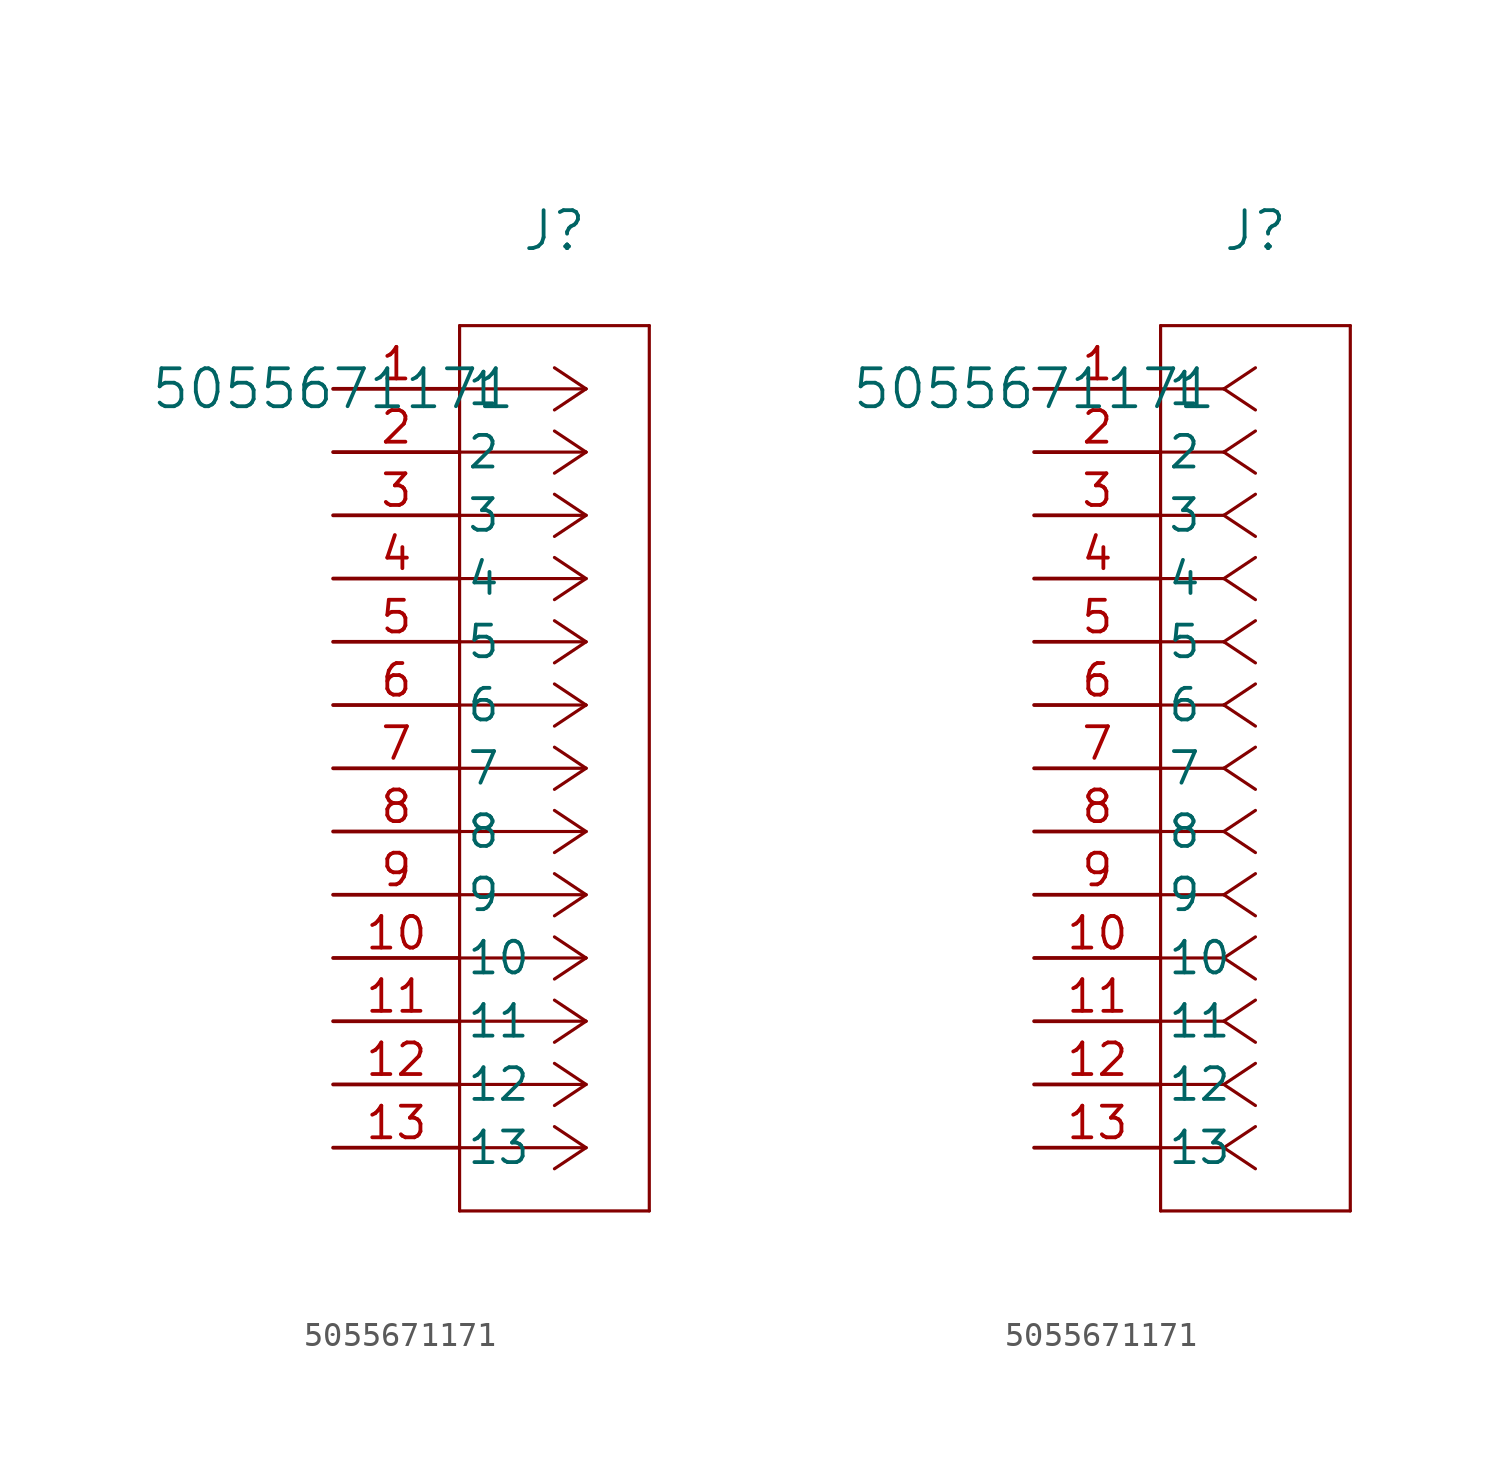
<source format=kicad_sym>
(kicad_symbol_lib
  (version 20211014)
  (generator kicad_symbol_editor)
  (symbol "5055671171"
    (pin_names
      (offset 0.254))
    (property "Reference" "J"
      (at 8.89 6.35 0)
      (effects (font (size 1.524 1.524))))
    (property "Value" "5055671171"
      (at 0 0 0)
      (effects (font (size 1.524 1.524))))
    (symbol "5055671171_1_1"
      (polyline (pts (xy 10.16 0) (xy 5.08 0)) (stroke (width 0.127) (type default) (color 0 0 0 0)) (fill (type none)))
      (polyline (pts (xy 10.16 -2.54) (xy 5.08 -2.54)) (stroke (width 0.127) (type default) (color 0 0 0 0)) (fill (type none)))
      (polyline (pts (xy 10.16 -5.08) (xy 5.08 -5.08)) (stroke (width 0.127) (type default) (color 0 0 0 0)) (fill (type none)))
      (polyline (pts (xy 10.16 -7.62) (xy 5.08 -7.62)) (stroke (width 0.127) (type default) (color 0 0 0 0)) (fill (type none)))
      (polyline (pts (xy 10.16 -10.16) (xy 5.08 -10.16)) (stroke (width 0.127) (type default) (color 0 0 0 0)) (fill (type none)))
      (polyline (pts (xy 10.16 -12.7) (xy 5.08 -12.7)) (stroke (width 0.127) (type default) (color 0 0 0 0)) (fill (type none)))
      (polyline (pts (xy 10.16 -15.24) (xy 5.08 -15.24)) (stroke (width 0.127) (type default) (color 0 0 0 0)) (fill (type none)))
      (polyline (pts (xy 10.16 -17.78) (xy 5.08 -17.78)) (stroke (width 0.127) (type default) (color 0 0 0 0)) (fill (type none)))
      (polyline (pts (xy 10.16 -20.32) (xy 5.08 -20.32)) (stroke (width 0.127) (type default) (color 0 0 0 0)) (fill (type none)))
      (polyline (pts (xy 10.16 -22.86) (xy 5.08 -22.86)) (stroke (width 0.127) (type default) (color 0 0 0 0)) (fill (type none)))
      (polyline (pts (xy 10.16 -25.4) (xy 5.08 -25.4)) (stroke (width 0.127) (type default) (color 0 0 0 0)) (fill (type none)))
      (polyline (pts (xy 10.16 -27.94) (xy 5.08 -27.94)) (stroke (width 0.127) (type default) (color 0 0 0 0)) (fill (type none)))
      (polyline (pts (xy 10.16 -30.48) (xy 5.08 -30.48)) (stroke (width 0.127) (type default) (color 0 0 0 0)) (fill (type none)))
      (polyline (pts (xy 10.16 0) (xy 8.89 0.847)) (stroke (width 0.127) (type default) (color 0 0 0 0)) (fill (type none)))
      (polyline (pts (xy 10.16 -2.54) (xy 8.89 -1.693)) (stroke (width 0.127) (type default) (color 0 0 0 0)) (fill (type none)))
      (polyline (pts (xy 10.16 -5.08) (xy 8.89 -4.233)) (stroke (width 0.127) (type default) (color 0 0 0 0)) (fill (type none)))
      (polyline (pts (xy 10.16 -7.62) (xy 8.89 -6.773)) (stroke (width 0.127) (type default) (color 0 0 0 0)) (fill (type none)))
      (polyline (pts (xy 10.16 -10.16) (xy 8.89 -9.313)) (stroke (width 0.127) (type default) (color 0 0 0 0)) (fill (type none)))
      (polyline (pts (xy 10.16 -12.7) (xy 8.89 -11.853)) (stroke (width 0.127) (type default) (color 0 0 0 0)) (fill (type none)))
      (polyline (pts (xy 10.16 -15.24) (xy 8.89 -14.393)) (stroke (width 0.127) (type default) (color 0 0 0 0)) (fill (type none)))
      (polyline (pts (xy 10.16 -17.78) (xy 8.89 -16.933)) (stroke (width 0.127) (type default) (color 0 0 0 0)) (fill (type none)))
      (polyline (pts (xy 10.16 -20.32) (xy 8.89 -19.473)) (stroke (width 0.127) (type default) (color 0 0 0 0)) (fill (type none)))
      (polyline (pts (xy 10.16 -22.86) (xy 8.89 -22.013)) (stroke (width 0.127) (type default) (color 0 0 0 0)) (fill (type none)))
      (polyline (pts (xy 10.16 -25.4) (xy 8.89 -24.553)) (stroke (width 0.127) (type default) (color 0 0 0 0)) (fill (type none)))
      (polyline (pts (xy 10.16 -27.94) (xy 8.89 -27.093)) (stroke (width 0.127) (type default) (color 0 0 0 0)) (fill (type none)))
      (polyline (pts (xy 10.16 -30.48) (xy 8.89 -29.633)) (stroke (width 0.127) (type default) (color 0 0 0 0)) (fill (type none)))
      (polyline (pts (xy 10.16 0) (xy 8.89 -0.847)) (stroke (width 0.127) (type default) (color 0 0 0 0)) (fill (type none)))
      (polyline (pts (xy 10.16 -2.54) (xy 8.89 -3.387)) (stroke (width 0.127) (type default) (color 0 0 0 0)) (fill (type none)))
      (polyline (pts (xy 10.16 -5.08) (xy 8.89 -5.927)) (stroke (width 0.127) (type default) (color 0 0 0 0)) (fill (type none)))
      (polyline (pts (xy 10.16 -7.62) (xy 8.89 -8.467)) (stroke (width 0.127) (type default) (color 0 0 0 0)) (fill (type none)))
      (polyline (pts (xy 10.16 -10.16) (xy 8.89 -11.007)) (stroke (width 0.127) (type default) (color 0 0 0 0)) (fill (type none)))
      (polyline (pts (xy 10.16 -12.7) (xy 8.89 -13.547)) (stroke (width 0.127) (type default) (color 0 0 0 0)) (fill (type none)))
      (polyline (pts (xy 10.16 -15.24) (xy 8.89 -16.087)) (stroke (width 0.127) (type default) (color 0 0 0 0)) (fill (type none)))
      (polyline (pts (xy 10.16 -17.78) (xy 8.89 -18.627)) (stroke (width 0.127) (type default) (color 0 0 0 0)) (fill (type none)))
      (polyline (pts (xy 10.16 -20.32) (xy 8.89 -21.167)) (stroke (width 0.127) (type default) (color 0 0 0 0)) (fill (type none)))
      (polyline (pts (xy 10.16 -22.86) (xy 8.89 -23.707)) (stroke (width 0.127) (type default) (color 0 0 0 0)) (fill (type none)))
      (polyline (pts (xy 10.16 -25.4) (xy 8.89 -26.247)) (stroke (width 0.127) (type default) (color 0 0 0 0)) (fill (type none)))
      (polyline (pts (xy 10.16 -27.94) (xy 8.89 -28.787)) (stroke (width 0.127) (type default) (color 0 0 0 0)) (fill (type none)))
      (polyline (pts (xy 10.16 -30.48) (xy 8.89 -31.327)) (stroke (width 0.127) (type default) (color 0 0 0 0)) (fill (type none)))
      (polyline (pts (xy 5.08 2.54) (xy 5.08 -33.02)) (stroke (width 0.127) (type default) (color 0 0 0 0)) (fill (type none)))
      (polyline (pts (xy 5.08 -33.02) (xy 12.7 -33.02)) (stroke (width 0.127) (type default) (color 0 0 0 0)) (fill (type none)))
      (polyline (pts (xy 12.7 -33.02) (xy 12.7 2.54)) (stroke (width 0.127) (type default) (color 0 0 0 0)) (fill (type none)))
      (polyline (pts (xy 12.7 2.54) (xy 5.08 2.54)) (stroke (width 0.127) (type default) (color 0 0 0 0)) (fill (type none)))
      (pin unspecified line (at 0 0 0) (length 5.08) (name "1" (effects (font (size 1.27 1.27)))) (number "1" (effects (font (size 1.27 1.27)))))
      (pin unspecified line (at 0 -2.54 0) (length 5.08) (name "2" (effects (font (size 1.27 1.27)))) (number "2" (effects (font (size 1.27 1.27)))))
      (pin unspecified line (at 0 -5.08 0) (length 5.08) (name "3" (effects (font (size 1.27 1.27)))) (number "3" (effects (font (size 1.27 1.27)))))
      (pin unspecified line (at 0 -7.62 0) (length 5.08) (name "4" (effects (font (size 1.27 1.27)))) (number "4" (effects (font (size 1.27 1.27)))))
      (pin unspecified line (at 0 -10.16 0) (length 5.08) (name "5" (effects (font (size 1.27 1.27)))) (number "5" (effects (font (size 1.27 1.27)))))
      (pin unspecified line (at 0 -12.7 0) (length 5.08) (name "6" (effects (font (size 1.27 1.27)))) (number "6" (effects (font (size 1.27 1.27)))))
      (pin unspecified line (at 0 -15.24 0) (length 5.08) (name "7" (effects (font (size 1.27 1.27)))) (number "7" (effects (font (size 1.27 1.27)))))
      (pin unspecified line (at 0 -17.78 0) (length 5.08) (name "8" (effects (font (size 1.27 1.27)))) (number "8" (effects (font (size 1.27 1.27)))))
      (pin unspecified line (at 0 -20.32 0) (length 5.08) (name "9" (effects (font (size 1.27 1.27)))) (number "9" (effects (font (size 1.27 1.27)))))
      (pin unspecified line (at 0 -22.86 0) (length 5.08) (name "10" (effects (font (size 1.27 1.27)))) (number "10" (effects (font (size 1.27 1.27)))))
      (pin unspecified line (at 0 -25.4 0) (length 5.08) (name "11" (effects (font (size 1.27 1.27)))) (number "11" (effects (font (size 1.27 1.27)))))
      (pin unspecified line (at 0 -27.94 0) (length 5.08) (name "12" (effects (font (size 1.27 1.27)))) (number "12" (effects (font (size 1.27 1.27)))))
      (pin unspecified line (at 0 -30.48 0) (length 5.08) (name "13" (effects (font (size 1.27 1.27)))) (number "13" (effects (font (size 1.27 1.27))))))
    (symbol "5055671171_1_2"
      (polyline (pts (xy 7.62 0) (xy 5.08 0)) (stroke (width 0.127) (type default) (color 0 0 0 0)) (fill (type none)))
      (polyline (pts (xy 7.62 -2.54) (xy 5.08 -2.54)) (stroke (width 0.127) (type default) (color 0 0 0 0)) (fill (type none)))
      (polyline (pts (xy 7.62 -5.08) (xy 5.08 -5.08)) (stroke (width 0.127) (type default) (color 0 0 0 0)) (fill (type none)))
      (polyline (pts (xy 7.62 -7.62) (xy 5.08 -7.62)) (stroke (width 0.127) (type default) (color 0 0 0 0)) (fill (type none)))
      (polyline (pts (xy 7.62 -10.16) (xy 5.08 -10.16)) (stroke (width 0.127) (type default) (color 0 0 0 0)) (fill (type none)))
      (polyline (pts (xy 7.62 -12.7) (xy 5.08 -12.7)) (stroke (width 0.127) (type default) (color 0 0 0 0)) (fill (type none)))
      (polyline (pts (xy 7.62 -15.24) (xy 5.08 -15.24)) (stroke (width 0.127) (type default) (color 0 0 0 0)) (fill (type none)))
      (polyline (pts (xy 7.62 -17.78) (xy 5.08 -17.78)) (stroke (width 0.127) (type default) (color 0 0 0 0)) (fill (type none)))
      (polyline (pts (xy 7.62 -20.32) (xy 5.08 -20.32)) (stroke (width 0.127) (type default) (color 0 0 0 0)) (fill (type none)))
      (polyline (pts (xy 7.62 -22.86) (xy 5.08 -22.86)) (stroke (width 0.127) (type default) (color 0 0 0 0)) (fill (type none)))
      (polyline (pts (xy 7.62 -25.4) (xy 5.08 -25.4)) (stroke (width 0.127) (type default) (color 0 0 0 0)) (fill (type none)))
      (polyline (pts (xy 7.62 -27.94) (xy 5.08 -27.94)) (stroke (width 0.127) (type default) (color 0 0 0 0)) (fill (type none)))
      (polyline (pts (xy 7.62 -30.48) (xy 5.08 -30.48)) (stroke (width 0.127) (type default) (color 0 0 0 0)) (fill (type none)))
      (polyline (pts (xy 7.62 0) (xy 8.89 0.847)) (stroke (width 0.127) (type default) (color 0 0 0 0)) (fill (type none)))
      (polyline (pts (xy 7.62 -2.54) (xy 8.89 -1.693)) (stroke (width 0.127) (type default) (color 0 0 0 0)) (fill (type none)))
      (polyline (pts (xy 7.62 -5.08) (xy 8.89 -4.233)) (stroke (width 0.127) (type default) (color 0 0 0 0)) (fill (type none)))
      (polyline (pts (xy 7.62 -7.62) (xy 8.89 -6.773)) (stroke (width 0.127) (type default) (color 0 0 0 0)) (fill (type none)))
      (polyline (pts (xy 7.62 -10.16) (xy 8.89 -9.313)) (stroke (width 0.127) (type default) (color 0 0 0 0)) (fill (type none)))
      (polyline (pts (xy 7.62 -12.7) (xy 8.89 -11.853)) (stroke (width 0.127) (type default) (color 0 0 0 0)) (fill (type none)))
      (polyline (pts (xy 7.62 -15.24) (xy 8.89 -14.393)) (stroke (width 0.127) (type default) (color 0 0 0 0)) (fill (type none)))
      (polyline (pts (xy 7.62 -17.78) (xy 8.89 -16.933)) (stroke (width 0.127) (type default) (color 0 0 0 0)) (fill (type none)))
      (polyline (pts (xy 7.62 -20.32) (xy 8.89 -19.473)) (stroke (width 0.127) (type default) (color 0 0 0 0)) (fill (type none)))
      (polyline (pts (xy 7.62 -22.86) (xy 8.89 -22.013)) (stroke (width 0.127) (type default) (color 0 0 0 0)) (fill (type none)))
      (polyline (pts (xy 7.62 -25.4) (xy 8.89 -24.553)) (stroke (width 0.127) (type default) (color 0 0 0 0)) (fill (type none)))
      (polyline (pts (xy 7.62 -27.94) (xy 8.89 -27.093)) (stroke (width 0.127) (type default) (color 0 0 0 0)) (fill (type none)))
      (polyline (pts (xy 7.62 -30.48) (xy 8.89 -29.633)) (stroke (width 0.127) (type default) (color 0 0 0 0)) (fill (type none)))
      (polyline (pts (xy 7.62 0) (xy 8.89 -0.847)) (stroke (width 0.127) (type default) (color 0 0 0 0)) (fill (type none)))
      (polyline (pts (xy 7.62 -2.54) (xy 8.89 -3.387)) (stroke (width 0.127) (type default) (color 0 0 0 0)) (fill (type none)))
      (polyline (pts (xy 7.62 -5.08) (xy 8.89 -5.927)) (stroke (width 0.127) (type default) (color 0 0 0 0)) (fill (type none)))
      (polyline (pts (xy 7.62 -7.62) (xy 8.89 -8.467)) (stroke (width 0.127) (type default) (color 0 0 0 0)) (fill (type none)))
      (polyline (pts (xy 7.62 -10.16) (xy 8.89 -11.007)) (stroke (width 0.127) (type default) (color 0 0 0 0)) (fill (type none)))
      (polyline (pts (xy 7.62 -12.7) (xy 8.89 -13.547)) (stroke (width 0.127) (type default) (color 0 0 0 0)) (fill (type none)))
      (polyline (pts (xy 7.62 -15.24) (xy 8.89 -16.087)) (stroke (width 0.127) (type default) (color 0 0 0 0)) (fill (type none)))
      (polyline (pts (xy 7.62 -17.78) (xy 8.89 -18.627)) (stroke (width 0.127) (type default) (color 0 0 0 0)) (fill (type none)))
      (polyline (pts (xy 7.62 -20.32) (xy 8.89 -21.167)) (stroke (width 0.127) (type default) (color 0 0 0 0)) (fill (type none)))
      (polyline (pts (xy 7.62 -22.86) (xy 8.89 -23.707)) (stroke (width 0.127) (type default) (color 0 0 0 0)) (fill (type none)))
      (polyline (pts (xy 7.62 -25.4) (xy 8.89 -26.247)) (stroke (width 0.127) (type default) (color 0 0 0 0)) (fill (type none)))
      (polyline (pts (xy 7.62 -27.94) (xy 8.89 -28.787)) (stroke (width 0.127) (type default) (color 0 0 0 0)) (fill (type none)))
      (polyline (pts (xy 7.62 -30.48) (xy 8.89 -31.327)) (stroke (width 0.127) (type default) (color 0 0 0 0)) (fill (type none)))
      (polyline (pts (xy 5.08 2.54) (xy 5.08 -33.02)) (stroke (width 0.127) (type default) (color 0 0 0 0)) (fill (type none)))
      (polyline (pts (xy 5.08 -33.02) (xy 12.7 -33.02)) (stroke (width 0.127) (type default) (color 0 0 0 0)) (fill (type none)))
      (polyline (pts (xy 12.7 -33.02) (xy 12.7 2.54)) (stroke (width 0.127) (type default) (color 0 0 0 0)) (fill (type none)))
      (polyline (pts (xy 12.7 2.54) (xy 5.08 2.54)) (stroke (width 0.127) (type default) (color 0 0 0 0)) (fill (type none)))
      (pin unspecified line (at 0 0 0) (length 5.08) (name "1" (effects (font (size 1.27 1.27)))) (number "1" (effects (font (size 1.27 1.27)))))
      (pin unspecified line (at 0 -2.54 0) (length 5.08) (name "2" (effects (font (size 1.27 1.27)))) (number "2" (effects (font (size 1.27 1.27)))))
      (pin unspecified line (at 0 -5.08 0) (length 5.08) (name "3" (effects (font (size 1.27 1.27)))) (number "3" (effects (font (size 1.27 1.27)))))
      (pin unspecified line (at 0 -7.62 0) (length 5.08) (name "4" (effects (font (size 1.27 1.27)))) (number "4" (effects (font (size 1.27 1.27)))))
      (pin unspecified line (at 0 -10.16 0) (length 5.08) (name "5" (effects (font (size 1.27 1.27)))) (number "5" (effects (font (size 1.27 1.27)))))
      (pin unspecified line (at 0 -12.7 0) (length 5.08) (name "6" (effects (font (size 1.27 1.27)))) (number "6" (effects (font (size 1.27 1.27)))))
      (pin unspecified line (at 0 -15.24 0) (length 5.08) (name "7" (effects (font (size 1.27 1.27)))) (number "7" (effects (font (size 1.27 1.27)))))
      (pin unspecified line (at 0 -17.78 0) (length 5.08) (name "8" (effects (font (size 1.27 1.27)))) (number "8" (effects (font (size 1.27 1.27)))))
      (pin unspecified line (at 0 -20.32 0) (length 5.08) (name "9" (effects (font (size 1.27 1.27)))) (number "9" (effects (font (size 1.27 1.27)))))
      (pin unspecified line (at 0 -22.86 0) (length 5.08) (name "10" (effects (font (size 1.27 1.27)))) (number "10" (effects (font (size 1.27 1.27)))))
      (pin unspecified line (at 0 -25.4 0) (length 5.08) (name "11" (effects (font (size 1.27 1.27)))) (number "11" (effects (font (size 1.27 1.27)))))
      (pin unspecified line (at 0 -27.94 0) (length 5.08) (name "12" (effects (font (size 1.27 1.27)))) (number "12" (effects (font (size 1.27 1.27)))))
      (pin unspecified line (at 0 -30.48 0) (length 5.08) (name "13" (effects (font (size 1.27 1.27)))) (number "13" (effects (font (size 1.27 1.27))))))))
</source>
